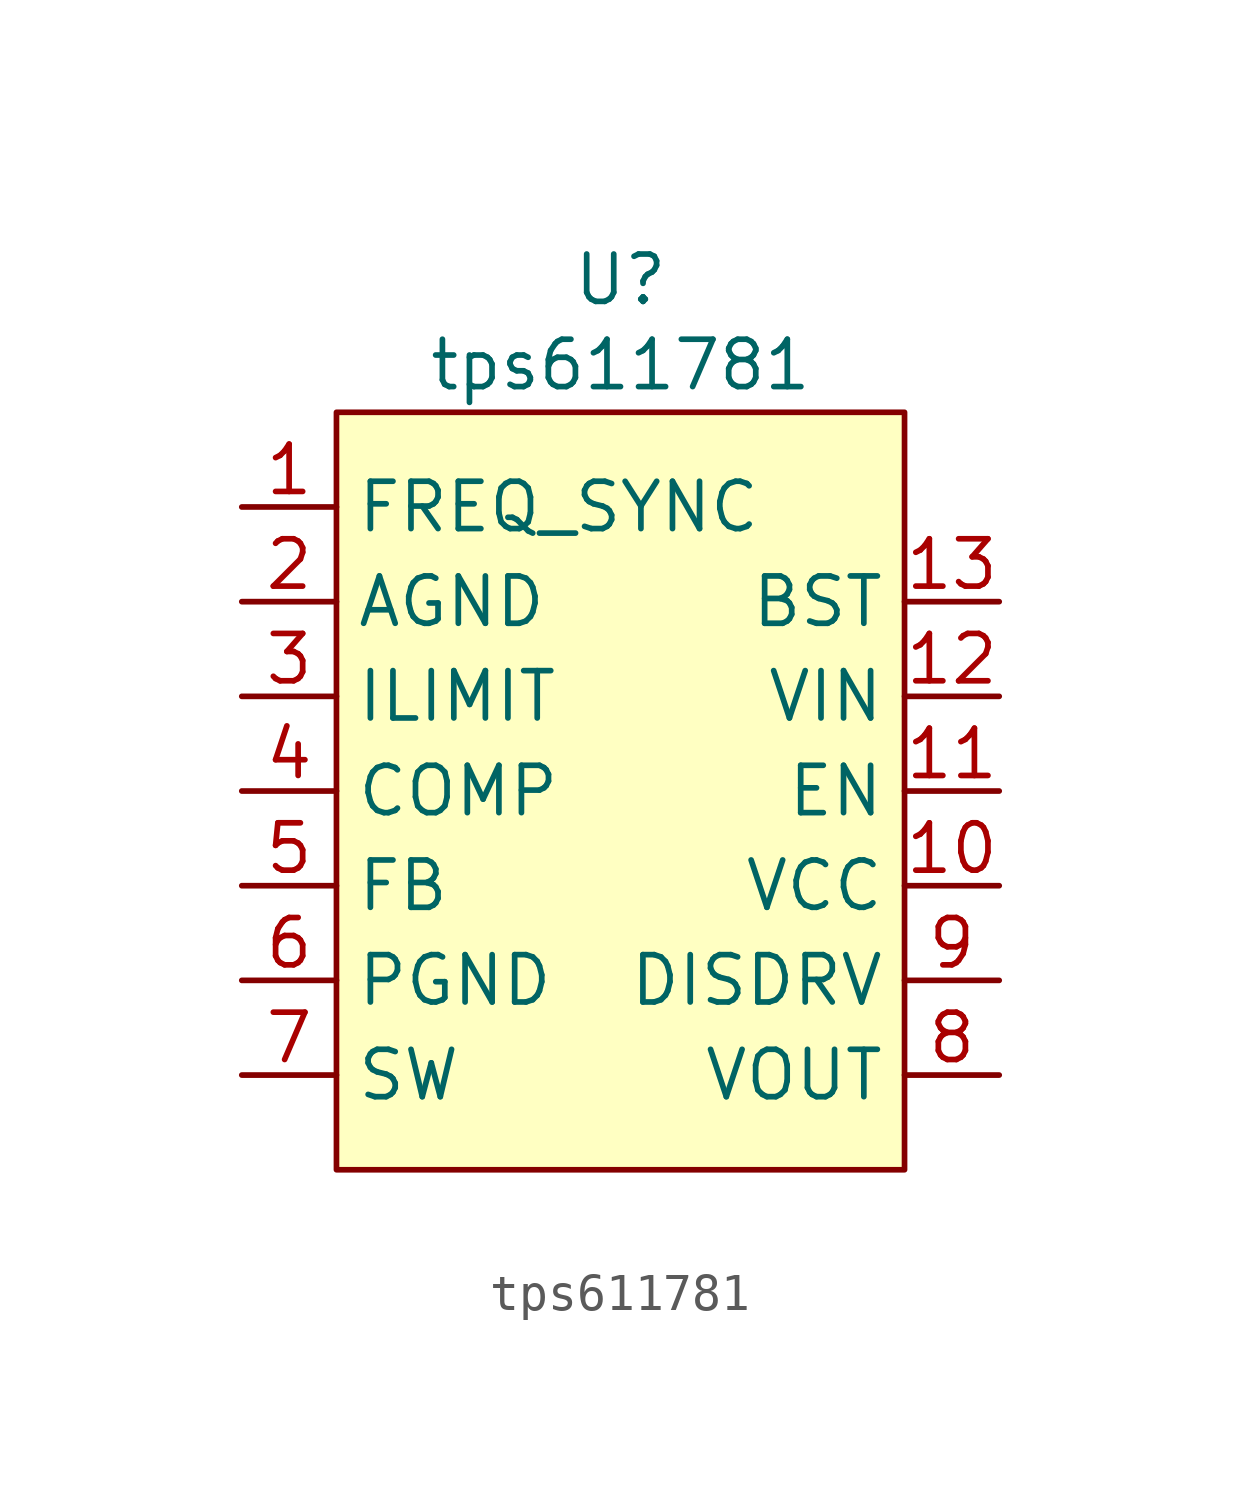
<source format=kicad_sym>
(kicad_symbol_lib
  (version 20241209)
  (generator "kicad_symbol_editor")
  (generator_version "9.0")
  (symbol "tps611781"
    (property "Reference" "U"
      (at 0 9.906 0)
      (effects (font (size 1.27 1.27))))
    (property "Value" "tps611781"
      (at 0 7.62 0)
      (effects (font (size 1.27 1.27))))
    (symbol "tps611781_1_1"
      (rectangle (start -7.62 6.35) (end 7.62 -13.97) (stroke (width 0) (type solid)) (fill (type background)))
      (pin input line (at -10.16 3.81 0) (length 2.54) (name "FREQ_SYNC" (effects (font (size 1.27 1.27)))) (number "1" (effects (font (size 1.27 1.27)))))
      (pin input line (at -10.16 1.27 0) (length 2.54) (name "AGND" (effects (font (size 1.27 1.27)))) (number "2" (effects (font (size 1.27 1.27)))))
      (pin input line (at -10.16 -1.27 0) (length 2.54) (name "ILIMIT" (effects (font (size 1.27 1.27)))) (number "3" (effects (font (size 1.27 1.27)))))
      (pin input line (at -10.16 -3.81 0) (length 2.54) (name "COMP" (effects (font (size 1.27 1.27)))) (number "4" (effects (font (size 1.27 1.27)))))
      (pin input line (at -10.16 -6.35 0) (length 2.54) (name "FB" (effects (font (size 1.27 1.27)))) (number "5" (effects (font (size 1.27 1.27)))))
      (pin input line (at -10.16 -8.89 0) (length 2.54) (name "PGND" (effects (font (size 1.27 1.27)))) (number "6" (effects (font (size 1.27 1.27)))))
      (pin input line (at -10.16 -11.43 0) (length 2.54) (name "SW" (effects (font (size 1.27 1.27)))) (number "7" (effects (font (size 1.27 1.27)))))
      (pin input line (at 10.16 1.27 180) (length 2.54) (name "BST" (effects (font (size 1.27 1.27)))) (number "13" (effects (font (size 1.27 1.27)))))
      (pin input line (at 10.16 -1.27 180) (length 2.54) (name "VIN" (effects (font (size 1.27 1.27)))) (number "12" (effects (font (size 1.27 1.27)))))
      (pin input line (at 10.16 -3.81 180) (length 2.54) (name "EN" (effects (font (size 1.27 1.27)))) (number "11" (effects (font (size 1.27 1.27)))))
      (pin input line (at 10.16 -6.35 180) (length 2.54) (name "VCC" (effects (font (size 1.27 1.27)))) (number "10" (effects (font (size 1.27 1.27)))))
      (pin input line (at 10.16 -8.89 180) (length 2.54) (name "DISDRV" (effects (font (size 1.27 1.27)))) (number "9" (effects (font (size 1.27 1.27)))))
      (pin input line (at 10.16 -11.43 180) (length 2.54) (name "VOUT" (effects (font (size 1.27 1.27)))) (number "8" (effects (font (size 1.27 1.27))))))))
</source>
